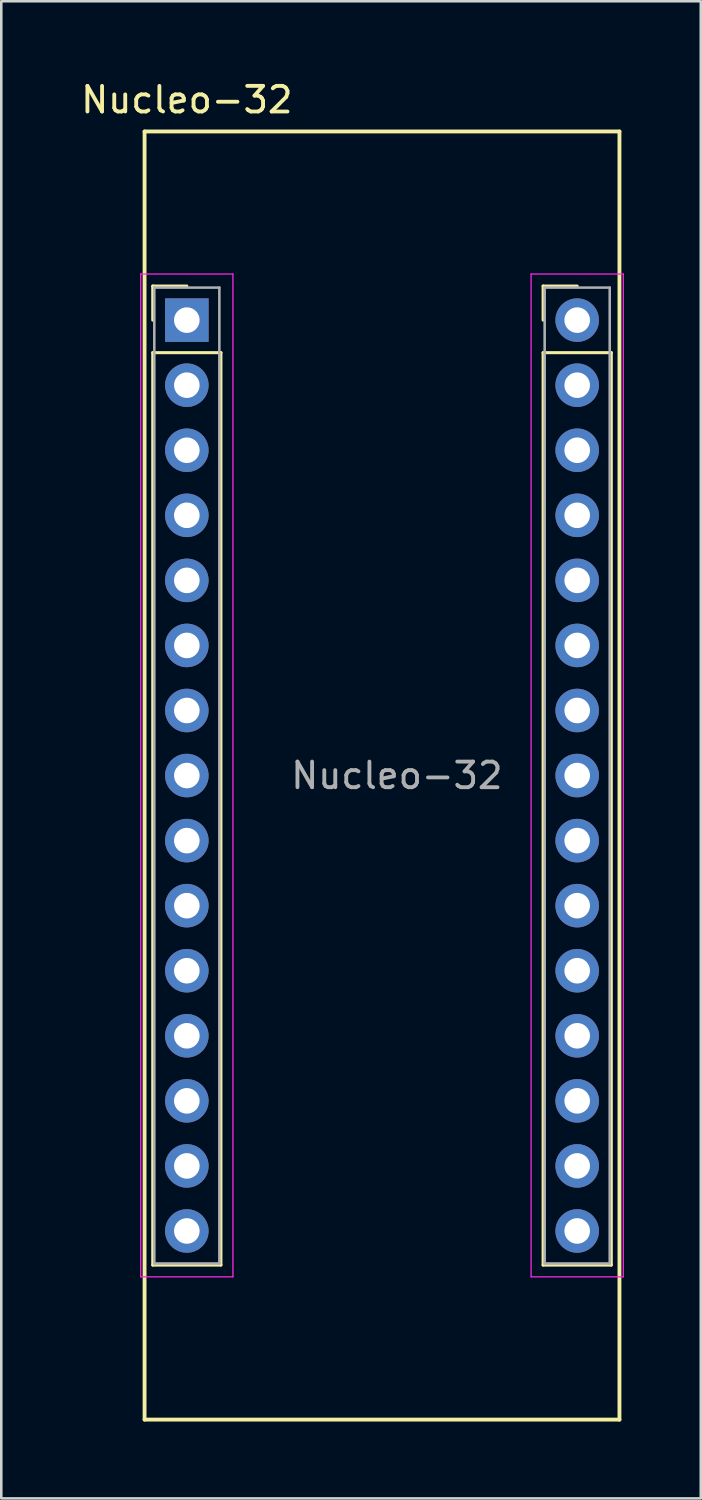
<source format=kicad_pcb>
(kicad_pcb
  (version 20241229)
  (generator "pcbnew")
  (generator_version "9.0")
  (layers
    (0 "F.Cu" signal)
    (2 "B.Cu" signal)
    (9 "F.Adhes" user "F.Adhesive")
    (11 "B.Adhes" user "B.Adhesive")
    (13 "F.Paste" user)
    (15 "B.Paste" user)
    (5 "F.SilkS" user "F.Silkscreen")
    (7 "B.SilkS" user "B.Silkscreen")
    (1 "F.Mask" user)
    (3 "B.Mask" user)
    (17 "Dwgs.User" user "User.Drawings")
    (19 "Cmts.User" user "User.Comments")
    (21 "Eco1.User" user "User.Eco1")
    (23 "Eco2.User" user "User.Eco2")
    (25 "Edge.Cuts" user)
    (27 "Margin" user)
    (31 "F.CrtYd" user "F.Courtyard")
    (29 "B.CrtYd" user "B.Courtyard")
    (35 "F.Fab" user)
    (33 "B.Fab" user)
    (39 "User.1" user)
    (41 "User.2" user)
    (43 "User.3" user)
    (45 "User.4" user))
  (footprint "Nucleo-32"
    (layer "F.Cu")
    (at 4.244 9.448)
    (property "Reference" "Nucleo-32" (at 0 -8.6 0) (layer "F.SilkS") (effects (font (size 1 1) (thickness 0.15))))
    (attr through_hole)
    (fp_line (start -1.65 -7.365) (end -1.65 42.925) (stroke (width 0.15) (type solid)) (layer "F.SilkS"))
    (fp_line (start -1.33 -1.33) (end 0 -1.33) (stroke (width 0.12) (type solid)) (layer "F.SilkS"))
    (fp_line (start -1.33 0) (end -1.33 -1.33) (stroke (width 0.12) (type solid)) (layer "F.SilkS"))
    (fp_line (start -1.33 1.27) (end -1.33 36.89) (stroke (width 0.12) (type solid)) (layer "F.SilkS"))
    (fp_line (start -1.33 36.89) (end 1.33 36.89) (stroke (width 0.12) (type solid)) (layer "F.SilkS"))
    (fp_line (start 1.33 1.27) (end -1.33 1.27) (stroke (width 0.12) (type solid)) (layer "F.SilkS"))
    (fp_line (start 1.33 36.89) (end 1.33 1.27) (stroke (width 0.12) (type solid)) (layer "F.SilkS"))
    (fp_line (start 13.91 -1.33) (end 15.24 -1.33) (stroke (width 0.12) (type solid)) (layer "F.SilkS"))
    (fp_line (start 13.91 0) (end 13.91 -1.33) (stroke (width 0.12) (type solid)) (layer "F.SilkS"))
    (fp_line (start 13.91 1.27) (end 13.91 36.89) (stroke (width 0.12) (type solid)) (layer "F.SilkS"))
    (fp_line (start 13.91 36.89) (end 16.57 36.89) (stroke (width 0.12) (type solid)) (layer "F.SilkS"))
    (fp_line (start 16.57 1.27) (end 13.91 1.27) (stroke (width 0.12) (type solid)) (layer "F.SilkS"))
    (fp_line (start 16.57 36.89) (end 16.57 1.27) (stroke (width 0.12) (type solid)) (layer "F.SilkS"))
    (fp_line (start 16.89 -7.365) (end -1.65 -7.365) (stroke (width 0.15) (type solid)) (layer "F.SilkS"))
    (fp_line (start 16.89 -7.365) (end 16.89 42.925) (stroke (width 0.15) (type solid)) (layer "F.SilkS"))
    (fp_line (start 16.89 42.925) (end -1.65 42.925) (stroke (width 0.15) (type solid)) (layer "F.SilkS"))
    (fp_line (start -1.8 -1.8) (end -1.8 37.35) (stroke (width 0.05) (type solid)) (layer "F.CrtYd"))
    (fp_line (start -1.8 37.35) (end 1.8 37.35) (stroke (width 0.05) (type solid)) (layer "F.CrtYd"))
    (fp_line (start 1.8 -1.8) (end -1.8 -1.8) (stroke (width 0.05) (type solid)) (layer "F.CrtYd"))
    (fp_line (start 1.8 37.35) (end 1.8 -1.8) (stroke (width 0.05) (type solid)) (layer "F.CrtYd"))
    (fp_line (start 13.44 -1.8) (end 13.44 37.35) (stroke (width 0.05) (type solid)) (layer "F.CrtYd"))
    (fp_line (start 13.44 37.35) (end 17.04 37.35) (stroke (width 0.05) (type solid)) (layer "F.CrtYd"))
    (fp_line (start 17.04 -1.8) (end 13.44 -1.8) (stroke (width 0.05) (type solid)) (layer "F.CrtYd"))
    (fp_line (start 17.04 37.35) (end 17.04 -1.8) (stroke (width 0.05) (type solid)) (layer "F.CrtYd"))
    (fp_line (start -1.27 -1.27) (end -1.27 36.83) (stroke (width 0.1) (type solid)) (layer "F.Fab"))
    (fp_line (start -1.27 36.83) (end 1.27 36.83) (stroke (width 0.1) (type solid)) (layer "F.Fab"))
    (fp_line (start 1.27 -1.27) (end -1.27 -1.27) (stroke (width 0.1) (type solid)) (layer "F.Fab"))
    (fp_line (start 1.27 36.83) (end 1.27 -1.27) (stroke (width 0.1) (type solid)) (layer "F.Fab"))
    (fp_line (start 13.97 -1.27) (end 13.97 36.83) (stroke (width 0.1) (type solid)) (layer "F.Fab"))
    (fp_line (start 13.97 36.83) (end 16.51 36.83) (stroke (width 0.1) (type solid)) (layer "F.Fab"))
    (fp_line (start 16.51 -1.27) (end 13.97 -1.27) (stroke (width 0.1) (type solid)) (layer "F.Fab"))
    (fp_line (start 16.51 36.83) (end 16.51 -1.27) (stroke (width 0.1) (type solid)) (layer "F.Fab"))
    (fp_text user "${REFERENCE}" (at 8.2 17.78 0) (layer "F.Fab") (effects (font (size 1 1) (thickness 0.15))))
    (pad "1" thru_hole rect (at 0 0) (size 1.7 1.7) (drill 1) (layers "*.Cu" "*.Mask"))
    (pad "2" thru_hole circle (at 15.24 0) (size 1.7 1.7) (drill 1) (layers "*.Cu" "*.Mask"))
    (pad "3" thru_hole oval (at 0 2.54) (size 1.7 1.7) (drill 1) (layers "*.Cu" "*.Mask"))
    (pad "4" thru_hole oval (at 15.24 2.54) (size 1.7 1.7) (drill 1) (layers "*.Cu" "*.Mask"))
    (pad "5" thru_hole oval (at 0 5.08) (size 1.7 1.7) (drill 1) (layers "*.Cu" "*.Mask"))
    (pad "6" thru_hole oval (at 15.24 5.08) (size 1.7 1.7) (drill 1) (layers "*.Cu" "*.Mask"))
    (pad "7" thru_hole oval (at 0 7.62) (size 1.7 1.7) (drill 1) (layers "*.Cu" "*.Mask"))
    (pad "8" thru_hole oval (at 15.24 7.62) (size 1.7 1.7) (drill 1) (layers "*.Cu" "*.Mask"))
    (pad "9" thru_hole oval (at 0 10.16) (size 1.7 1.7) (drill 1) (layers "*.Cu" "*.Mask"))
    (pad "10" thru_hole oval (at 15.24 10.16) (size 1.7 1.7) (drill 1) (layers "*.Cu" "*.Mask"))
    (pad "11" thru_hole oval (at 0 12.7) (size 1.7 1.7) (drill 1) (layers "*.Cu" "*.Mask"))
    (pad "12" thru_hole oval (at 15.24 12.7) (size 1.7 1.7) (drill 1) (layers "*.Cu" "*.Mask"))
    (pad "13" thru_hole oval (at 0 15.24) (size 1.7 1.7) (drill 1) (layers "*.Cu" "*.Mask"))
    (pad "14" thru_hole oval (at 15.24 15.24) (size 1.7 1.7) (drill 1) (layers "*.Cu" "*.Mask"))
    (pad "15" thru_hole oval (at 0 17.78) (size 1.7 1.7) (drill 1) (layers "*.Cu" "*.Mask"))
    (pad "16" thru_hole oval (at 15.24 17.78) (size 1.7 1.7) (drill 1) (layers "*.Cu" "*.Mask"))
    (pad "17" thru_hole oval (at 0 20.32) (size 1.7 1.7) (drill 1) (layers "*.Cu" "*.Mask"))
    (pad "18" thru_hole oval (at 15.24 20.32) (size 1.7 1.7) (drill 1) (layers "*.Cu" "*.Mask"))
    (pad "19" thru_hole oval (at 0 22.86) (size 1.7 1.7) (drill 1) (layers "*.Cu" "*.Mask"))
    (pad "20" thru_hole oval (at 15.24 22.86) (size 1.7 1.7) (drill 1) (layers "*.Cu" "*.Mask"))
    (pad "21" thru_hole oval (at 0 25.4) (size 1.7 1.7) (drill 1) (layers "*.Cu" "*.Mask"))
    (pad "22" thru_hole oval (at 15.24 25.4) (size 1.7 1.7) (drill 1) (layers "*.Cu" "*.Mask"))
    (pad "23" thru_hole oval (at 0 27.94) (size 1.7 1.7) (drill 1) (layers "*.Cu" "*.Mask"))
    (pad "24" thru_hole oval (at 15.24 27.94) (size 1.7 1.7) (drill 1) (layers "*.Cu" "*.Mask"))
    (pad "25" thru_hole oval (at 0 30.48) (size 1.7 1.7) (drill 1) (layers "*.Cu" "*.Mask"))
    (pad "26" thru_hole oval (at 15.24 30.48) (size 1.7 1.7) (drill 1) (layers "*.Cu" "*.Mask"))
    (pad "27" thru_hole oval (at 0 33.02) (size 1.7 1.7) (drill 1) (layers "*.Cu" "*.Mask"))
    (pad "28" thru_hole oval (at 15.24 33.02) (size 1.7 1.7) (drill 1) (layers "*.Cu" "*.Mask"))
    (pad "29" thru_hole oval (at 0 35.56) (size 1.7 1.7) (drill 1) (layers "*.Cu" "*.Mask"))
    (pad "30" thru_hole oval (at 15.24 35.56) (size 1.7 1.7) (drill 1) (layers "*.Cu" "*.Mask")))
  (gr_rect
    (start -3 -3)
    (end 24.309 55.448)
    (stroke (width 0.1) (type default))
    (fill no)
    (layer "Edge.Cuts")))
</source>
